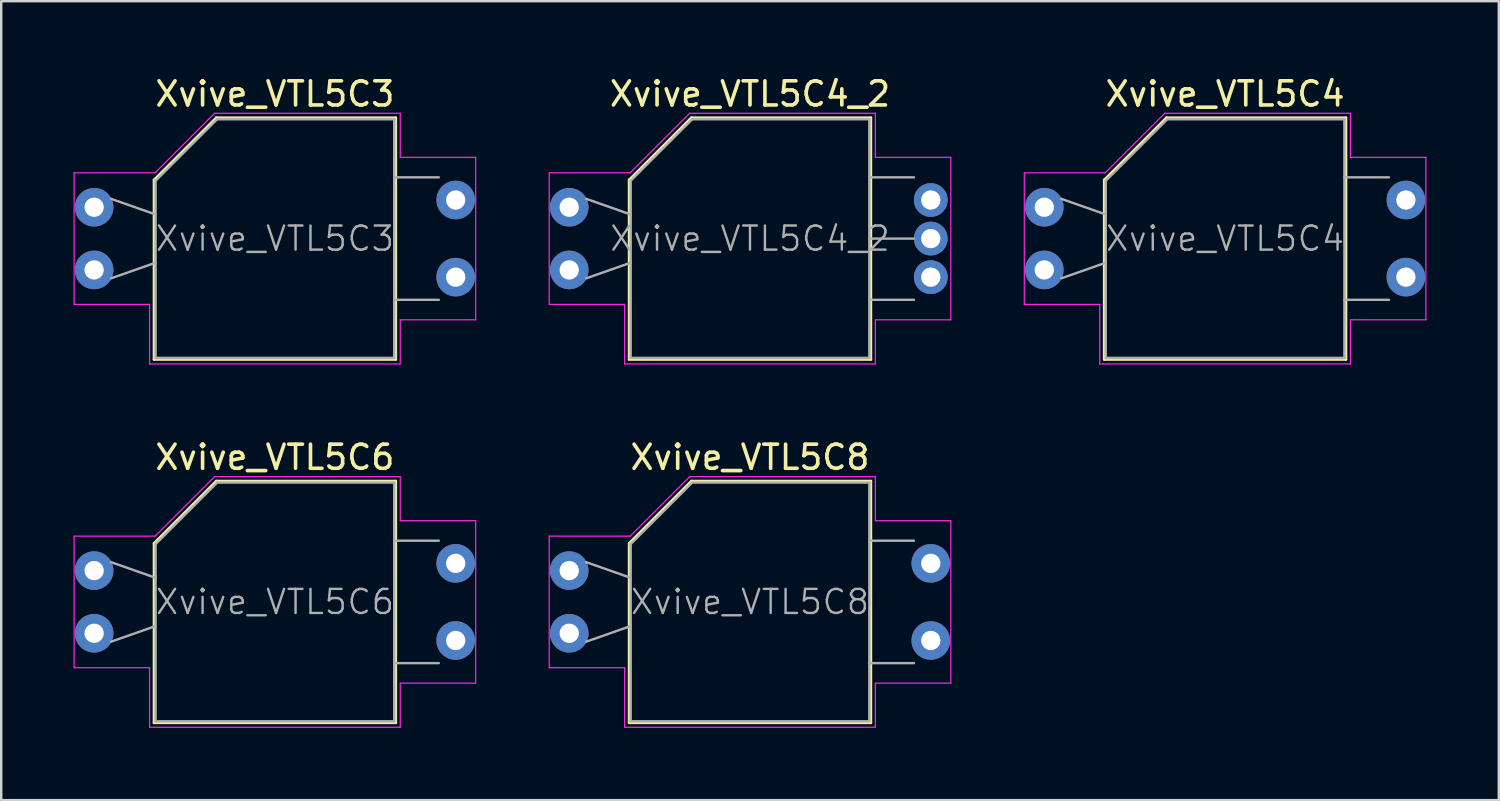
<source format=kicad_pcb>
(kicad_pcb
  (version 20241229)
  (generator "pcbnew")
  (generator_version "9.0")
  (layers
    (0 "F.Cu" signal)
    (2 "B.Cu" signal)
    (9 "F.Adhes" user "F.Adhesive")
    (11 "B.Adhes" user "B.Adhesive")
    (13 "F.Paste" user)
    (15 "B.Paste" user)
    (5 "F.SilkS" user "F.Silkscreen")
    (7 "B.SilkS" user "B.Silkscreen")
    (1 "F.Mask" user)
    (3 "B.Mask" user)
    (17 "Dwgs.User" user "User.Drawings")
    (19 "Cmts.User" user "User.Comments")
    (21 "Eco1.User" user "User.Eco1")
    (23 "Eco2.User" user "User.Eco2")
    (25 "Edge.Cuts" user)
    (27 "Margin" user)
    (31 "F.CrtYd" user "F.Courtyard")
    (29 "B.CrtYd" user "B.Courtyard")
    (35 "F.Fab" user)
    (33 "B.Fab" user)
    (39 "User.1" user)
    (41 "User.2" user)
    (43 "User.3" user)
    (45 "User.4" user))
  (footprint "Xvive_VTL5C6"
    (layer "F.Cu")
    (at 8.355 21.922)
    (property "Reference" "Xvive_VTL5C6" (at 0 -6 0) (layer "F.SilkS") (effects (font (size 1 1) (thickness 0.15))))
    (attr through_hole)
    (fp_line (start -5.01 -2.43) (end -5.01 5.01) (stroke (width 0.12) (type solid)) (layer "F.SilkS"))
    (fp_line (start -5.01 5.01) (end 5.01 5.01) (stroke (width 0.12) (type solid)) (layer "F.SilkS"))
    (fp_line (start -2.43 -5.01) (end -5.01 -2.43) (stroke (width 0.12) (type solid)) (layer "F.SilkS"))
    (fp_line (start 5.01 -5.01) (end -2.43 -5.01) (stroke (width 0.12) (type solid)) (layer "F.SilkS"))
    (fp_line (start 5.01 5.01) (end 5.01 -5.01) (stroke (width 0.12) (type solid)) (layer "F.SilkS"))
    (fp_line (start -8.33 2.73) (end -8.33 -2.73) (stroke (width 0.05) (type solid)) (layer "F.CrtYd"))
    (fp_line (start -5.2 2.73) (end -8.33 2.73) (stroke (width 0.05) (type solid)) (layer "F.CrtYd"))
    (fp_line (start -5.2 5.2) (end -5.2 2.73) (stroke (width 0.05) (type solid)) (layer "F.CrtYd"))
    (fp_line (start -4.97 -2.73) (end -8.33 -2.73) (stroke (width 0.05) (type solid)) (layer "F.CrtYd"))
    (fp_line (start -4.97 -2.73) (end -2.5 -5.2) (stroke (width 0.05) (type solid)) (layer "F.CrtYd"))
    (fp_line (start -2.5 -5.2) (end 5.2 -5.2) (stroke (width 0.05) (type solid)) (layer "F.CrtYd"))
    (fp_line (start 5.2 -5.2) (end 5.2 -3.37) (stroke (width 0.05) (type solid)) (layer "F.CrtYd"))
    (fp_line (start 5.2 3.37) (end 5.2 5.2) (stroke (width 0.05) (type solid)) (layer "F.CrtYd"))
    (fp_line (start 5.2 5.2) (end -5.2 5.2) (stroke (width 0.05) (type solid)) (layer "F.CrtYd"))
    (fp_line (start 8.33 -3.37) (end 5.2 -3.37) (stroke (width 0.05) (type solid)) (layer "F.CrtYd"))
    (fp_line (start 8.33 3.37) (end 5.2 3.37) (stroke (width 0.05) (type solid)) (layer "F.CrtYd"))
    (fp_line (start 8.33 3.37) (end 8.33 -3.37) (stroke (width 0.05) (type solid)) (layer "F.CrtYd"))
    (fp_line (start -6.8 -1.65) (end -4.95 -1) (stroke (width 0.1) (type solid)) (layer "F.Fab"))
    (fp_line (start -6.8 1.65) (end -4.95 1) (stroke (width 0.1) (type solid)) (layer "F.Fab"))
    (fp_line (start -4.95 4.95) (end -4.95 -2.4) (stroke (width 0.1) (type solid)) (layer "F.Fab"))
    (fp_line (start -2.4 -4.95) (end -4.95 -2.4) (stroke (width 0.1) (type solid)) (layer "F.Fab"))
    (fp_line (start -2.4 -4.95) (end 4.95 -4.95) (stroke (width 0.1) (type solid)) (layer "F.Fab"))
    (fp_line (start 4.95 -4.95) (end 4.95 4.95) (stroke (width 0.1) (type solid)) (layer "F.Fab"))
    (fp_line (start 4.95 4.95) (end -4.95 4.95) (stroke (width 0.1) (type solid)) (layer "F.Fab"))
    (fp_line (start 6.8 -2.54) (end 4.95 -2.54) (stroke (width 0.1) (type solid)) (layer "F.Fab"))
    (fp_line (start 6.8 2.54) (end 4.95 2.54) (stroke (width 0.1) (type solid)) (layer "F.Fab"))
    (fp_text user "${REFERENCE}" (at 0 0 0) (layer "F.Fab") (effects (font (size 1 1) (thickness 0.1))))
    (pad "1" thru_hole circle (at -7.5 -1.3) (size 1.6 1.6) (drill 0.8) (layers "*.Cu" "*.Mask"))
    (pad "2" thru_hole circle (at -7.5 1.3) (size 1.6 1.6) (drill 0.8) (layers "*.Cu" "*.Mask"))
    (pad "3" thru_hole circle (at 7.5 -1.6) (size 1.6 1.6) (drill 0.8) (layers "*.Cu" "*.Mask"))
    (pad "4" thru_hole circle (at 7.5 1.6) (size 1.6 1.6) (drill 0.8) (layers "*.Cu" "*.Mask")))
  (footprint "Xvive_VTL5C4"
    (layer "F.Cu")
    (at 47.775 6.848)
    (property "Reference" "Xvive_VTL5C4" (at 0 -6 0) (layer "F.SilkS") (effects (font (size 1 1) (thickness 0.15))))
    (attr through_hole)
    (fp_line (start -5.01 -2.43) (end -5.01 5.01) (stroke (width 0.12) (type solid)) (layer "F.SilkS"))
    (fp_line (start -5.01 5.01) (end 5.01 5.01) (stroke (width 0.12) (type solid)) (layer "F.SilkS"))
    (fp_line (start -2.43 -5.01) (end -5.01 -2.43) (stroke (width 0.12) (type solid)) (layer "F.SilkS"))
    (fp_line (start 5.01 -5.01) (end -2.43 -5.01) (stroke (width 0.12) (type solid)) (layer "F.SilkS"))
    (fp_line (start 5.01 5.01) (end 5.01 -5.01) (stroke (width 0.12) (type solid)) (layer "F.SilkS"))
    (fp_line (start -8.33 2.73) (end -8.33 -2.73) (stroke (width 0.05) (type solid)) (layer "F.CrtYd"))
    (fp_line (start -5.2 2.73) (end -8.33 2.73) (stroke (width 0.05) (type solid)) (layer "F.CrtYd"))
    (fp_line (start -5.2 5.2) (end -5.2 2.73) (stroke (width 0.05) (type solid)) (layer "F.CrtYd"))
    (fp_line (start -4.97 -2.73) (end -8.33 -2.73) (stroke (width 0.05) (type solid)) (layer "F.CrtYd"))
    (fp_line (start -4.97 -2.73) (end -2.5 -5.2) (stroke (width 0.05) (type solid)) (layer "F.CrtYd"))
    (fp_line (start -2.5 -5.2) (end 5.2 -5.2) (stroke (width 0.05) (type solid)) (layer "F.CrtYd"))
    (fp_line (start 5.2 -5.2) (end 5.2 -3.37) (stroke (width 0.05) (type solid)) (layer "F.CrtYd"))
    (fp_line (start 5.2 3.37) (end 5.2 5.2) (stroke (width 0.05) (type solid)) (layer "F.CrtYd"))
    (fp_line (start 5.2 5.2) (end -5.2 5.2) (stroke (width 0.05) (type solid)) (layer "F.CrtYd"))
    (fp_line (start 8.33 -3.37) (end 5.2 -3.37) (stroke (width 0.05) (type solid)) (layer "F.CrtYd"))
    (fp_line (start 8.33 3.37) (end 5.2 3.37) (stroke (width 0.05) (type solid)) (layer "F.CrtYd"))
    (fp_line (start 8.33 3.37) (end 8.33 -3.37) (stroke (width 0.05) (type solid)) (layer "F.CrtYd"))
    (fp_line (start -6.8 -1.65) (end -4.95 -1) (stroke (width 0.1) (type solid)) (layer "F.Fab"))
    (fp_line (start -6.8 1.65) (end -4.95 1) (stroke (width 0.1) (type solid)) (layer "F.Fab"))
    (fp_line (start -4.95 4.95) (end -4.95 -2.4) (stroke (width 0.1) (type solid)) (layer "F.Fab"))
    (fp_line (start -2.4 -4.95) (end -4.95 -2.4) (stroke (width 0.1) (type solid)) (layer "F.Fab"))
    (fp_line (start -2.4 -4.95) (end 4.95 -4.95) (stroke (width 0.1) (type solid)) (layer "F.Fab"))
    (fp_line (start 4.95 -4.95) (end 4.95 4.95) (stroke (width 0.1) (type solid)) (layer "F.Fab"))
    (fp_line (start 4.95 4.95) (end -4.95 4.95) (stroke (width 0.1) (type solid)) (layer "F.Fab"))
    (fp_line (start 6.8 -2.54) (end 4.95 -2.54) (stroke (width 0.1) (type solid)) (layer "F.Fab"))
    (fp_line (start 6.8 2.54) (end 4.95 2.54) (stroke (width 0.1) (type solid)) (layer "F.Fab"))
    (fp_text user "${REFERENCE}" (at 0 0 0) (layer "F.Fab") (effects (font (size 1 1) (thickness 0.1))))
    (pad "1" thru_hole circle (at -7.5 -1.3) (size 1.6 1.6) (drill 0.8) (layers "*.Cu" "*.Mask"))
    (pad "2" thru_hole circle (at -7.5 1.3) (size 1.6 1.6) (drill 0.8) (layers "*.Cu" "*.Mask"))
    (pad "3" thru_hole circle (at 7.5 -1.6) (size 1.6 1.6) (drill 0.8) (layers "*.Cu" "*.Mask"))
    (pad "4" thru_hole circle (at 7.5 1.6) (size 1.6 1.6) (drill 0.8) (layers "*.Cu" "*.Mask")))
  (footprint "Xvive_VTL5C3"
    (layer "F.Cu")
    (at 8.355 6.848)
    (property "Reference" "Xvive_VTL5C3" (at 0 -6 0) (layer "F.SilkS") (effects (font (size 1 1) (thickness 0.15))))
    (attr through_hole)
    (fp_line (start -5.01 -2.43) (end -5.01 5.01) (stroke (width 0.12) (type solid)) (layer "F.SilkS"))
    (fp_line (start -5.01 5.01) (end 5.01 5.01) (stroke (width 0.12) (type solid)) (layer "F.SilkS"))
    (fp_line (start -2.43 -5.01) (end -5.01 -2.43) (stroke (width 0.12) (type solid)) (layer "F.SilkS"))
    (fp_line (start 5.01 -5.01) (end -2.43 -5.01) (stroke (width 0.12) (type solid)) (layer "F.SilkS"))
    (fp_line (start 5.01 5.01) (end 5.01 -5.01) (stroke (width 0.12) (type solid)) (layer "F.SilkS"))
    (fp_line (start -8.33 2.73) (end -8.33 -2.73) (stroke (width 0.05) (type solid)) (layer "F.CrtYd"))
    (fp_line (start -5.2 2.73) (end -8.33 2.73) (stroke (width 0.05) (type solid)) (layer "F.CrtYd"))
    (fp_line (start -5.2 5.2) (end -5.2 2.73) (stroke (width 0.05) (type solid)) (layer "F.CrtYd"))
    (fp_line (start -4.97 -2.73) (end -8.33 -2.73) (stroke (width 0.05) (type solid)) (layer "F.CrtYd"))
    (fp_line (start -4.97 -2.73) (end -2.5 -5.2) (stroke (width 0.05) (type solid)) (layer "F.CrtYd"))
    (fp_line (start -2.5 -5.2) (end 5.2 -5.2) (stroke (width 0.05) (type solid)) (layer "F.CrtYd"))
    (fp_line (start 5.2 -5.2) (end 5.2 -3.37) (stroke (width 0.05) (type solid)) (layer "F.CrtYd"))
    (fp_line (start 5.2 3.37) (end 5.2 5.2) (stroke (width 0.05) (type solid)) (layer "F.CrtYd"))
    (fp_line (start 5.2 5.2) (end -5.2 5.2) (stroke (width 0.05) (type solid)) (layer "F.CrtYd"))
    (fp_line (start 8.33 -3.37) (end 5.2 -3.37) (stroke (width 0.05) (type solid)) (layer "F.CrtYd"))
    (fp_line (start 8.33 3.37) (end 5.2 3.37) (stroke (width 0.05) (type solid)) (layer "F.CrtYd"))
    (fp_line (start 8.33 3.37) (end 8.33 -3.37) (stroke (width 0.05) (type solid)) (layer "F.CrtYd"))
    (fp_line (start -6.8 -1.65) (end -4.95 -1) (stroke (width 0.1) (type solid)) (layer "F.Fab"))
    (fp_line (start -6.8 1.65) (end -4.95 1) (stroke (width 0.1) (type solid)) (layer "F.Fab"))
    (fp_line (start -4.95 4.95) (end -4.95 -2.4) (stroke (width 0.1) (type solid)) (layer "F.Fab"))
    (fp_line (start -2.4 -4.95) (end -4.95 -2.4) (stroke (width 0.1) (type solid)) (layer "F.Fab"))
    (fp_line (start -2.4 -4.95) (end 4.95 -4.95) (stroke (width 0.1) (type solid)) (layer "F.Fab"))
    (fp_line (start 4.95 -4.95) (end 4.95 4.95) (stroke (width 0.1) (type solid)) (layer "F.Fab"))
    (fp_line (start 4.95 4.95) (end -4.95 4.95) (stroke (width 0.1) (type solid)) (layer "F.Fab"))
    (fp_line (start 6.8 -2.54) (end 4.95 -2.54) (stroke (width 0.1) (type solid)) (layer "F.Fab"))
    (fp_line (start 6.8 2.54) (end 4.95 2.54) (stroke (width 0.1) (type solid)) (layer "F.Fab"))
    (fp_text user "${REFERENCE}" (at 0 0 0) (layer "F.Fab") (effects (font (size 1 1) (thickness 0.1))))
    (pad "1" thru_hole circle (at -7.5 -1.3) (size 1.6 1.6) (drill 0.8) (layers "*.Cu" "*.Mask"))
    (pad "2" thru_hole circle (at -7.5 1.3) (size 1.6 1.6) (drill 0.8) (layers "*.Cu" "*.Mask"))
    (pad "3" thru_hole circle (at 7.5 -1.6) (size 1.6 1.6) (drill 0.8) (layers "*.Cu" "*.Mask"))
    (pad "4" thru_hole circle (at 7.5 1.6) (size 1.6 1.6) (drill 0.8) (layers "*.Cu" "*.Mask")))
  (footprint "Xvive_VTL5C4_2"
    (layer "F.Cu")
    (at 28.065 6.848)
    (property "Reference" "Xvive_VTL5C4_2" (at 0 -6 0) (layer "F.SilkS") (effects (font (size 1 1) (thickness 0.15))))
    (attr through_hole)
    (fp_line (start -5.01 -2.43) (end -5.01 5.01) (stroke (width 0.12) (type solid)) (layer "F.SilkS"))
    (fp_line (start -5.01 5.01) (end 5.01 5.01) (stroke (width 0.12) (type solid)) (layer "F.SilkS"))
    (fp_line (start -2.43 -5.01) (end -5.01 -2.43) (stroke (width 0.12) (type solid)) (layer "F.SilkS"))
    (fp_line (start 5.01 -5.01) (end -2.43 -5.01) (stroke (width 0.12) (type solid)) (layer "F.SilkS"))
    (fp_line (start 5.01 5.01) (end 5.01 -5.01) (stroke (width 0.12) (type solid)) (layer "F.SilkS"))
    (fp_line (start -8.33 -2.73) (end -4.97 -2.73) (stroke (width 0.05) (type solid)) (layer "F.CrtYd"))
    (fp_line (start -8.33 2.73) (end -8.33 -2.73) (stroke (width 0.05) (type solid)) (layer "F.CrtYd"))
    (fp_line (start -8.33 2.73) (end -5.2 2.73) (stroke (width 0.05) (type solid)) (layer "F.CrtYd"))
    (fp_line (start -5.2 5.2) (end -5.2 2.73) (stroke (width 0.05) (type solid)) (layer "F.CrtYd"))
    (fp_line (start -4.97 -2.73) (end -2.5 -5.2) (stroke (width 0.05) (type solid)) (layer "F.CrtYd"))
    (fp_line (start -2.5 -5.2) (end 5.2 -5.2) (stroke (width 0.05) (type solid)) (layer "F.CrtYd"))
    (fp_line (start 5.2 -3.37) (end 5.2 -5.2) (stroke (width 0.05) (type solid)) (layer "F.CrtYd"))
    (fp_line (start 5.2 -3.37) (end 8.33 -3.37) (stroke (width 0.05) (type solid)) (layer "F.CrtYd"))
    (fp_line (start 5.2 3.37) (end 5.2 5.2) (stroke (width 0.05) (type solid)) (layer "F.CrtYd"))
    (fp_line (start 5.2 3.37) (end 8.33 3.37) (stroke (width 0.05) (type solid)) (layer "F.CrtYd"))
    (fp_line (start 5.2 5.2) (end -5.2 5.2) (stroke (width 0.05) (type solid)) (layer "F.CrtYd"))
    (fp_line (start 8.33 3.37) (end 8.33 -3.37) (stroke (width 0.05) (type solid)) (layer "F.CrtYd"))
    (fp_line (start -6.8 -1.65) (end -4.95 -1) (stroke (width 0.1) (type solid)) (layer "F.Fab"))
    (fp_line (start -6.8 1.65) (end -4.95 1) (stroke (width 0.1) (type solid)) (layer "F.Fab"))
    (fp_line (start -4.95 4.95) (end -4.95 -2.4) (stroke (width 0.1) (type solid)) (layer "F.Fab"))
    (fp_line (start -2.4 -4.95) (end -4.95 -2.4) (stroke (width 0.1) (type solid)) (layer "F.Fab"))
    (fp_line (start -2.4 -4.95) (end 4.95 -4.95) (stroke (width 0.1) (type solid)) (layer "F.Fab"))
    (fp_line (start 4.95 -4.95) (end 4.95 4.95) (stroke (width 0.1) (type solid)) (layer "F.Fab"))
    (fp_line (start 4.95 4.95) (end -4.95 4.95) (stroke (width 0.1) (type solid)) (layer "F.Fab"))
    (fp_line (start 6.8 -2.54) (end 4.95 -2.54) (stroke (width 0.1) (type solid)) (layer "F.Fab"))
    (fp_line (start 6.8 0) (end 4.95 0) (stroke (width 0.1) (type solid)) (layer "F.Fab"))
    (fp_line (start 6.8 2.54) (end 4.95 2.54) (stroke (width 0.1) (type solid)) (layer "F.Fab"))
    (fp_text user "${REFERENCE}" (at 0 0 0) (layer "F.Fab") (effects (font (size 1 1) (thickness 0.1))))
    (pad "1" thru_hole circle (at -7.5 -1.3) (size 1.6 1.6) (drill 0.8) (layers "*.Cu" "*.Mask"))
    (pad "2" thru_hole circle (at -7.5 1.3) (size 1.6 1.6) (drill 0.8) (layers "*.Cu" "*.Mask"))
    (pad "3" thru_hole circle (at 7.5 -1.6) (size 1.4 1.4) (drill 0.8) (layers "*.Cu" "*.Mask"))
    (pad "4" thru_hole circle (at 7.5 0) (size 1.4 1.4) (drill 0.8) (layers "*.Cu" "*.Mask"))
    (pad "5" thru_hole circle (at 7.5 1.6) (size 1.4 1.4) (drill 0.8) (layers "*.Cu" "*.Mask")))
  (footprint "Xvive_VTL5C8"
    (layer "F.Cu")
    (at 28.065 21.922)
    (property "Reference" "Xvive_VTL5C8" (at 0 -6 0) (layer "F.SilkS") (effects (font (size 1 1) (thickness 0.15))))
    (attr through_hole)
    (fp_line (start -5.01 -2.43) (end -5.01 5.01) (stroke (width 0.12) (type solid)) (layer "F.SilkS"))
    (fp_line (start -5.01 5.01) (end 5.01 5.01) (stroke (width 0.12) (type solid)) (layer "F.SilkS"))
    (fp_line (start -2.43 -5.01) (end -5.01 -2.43) (stroke (width 0.12) (type solid)) (layer "F.SilkS"))
    (fp_line (start 5.01 -5.01) (end -2.43 -5.01) (stroke (width 0.12) (type solid)) (layer "F.SilkS"))
    (fp_line (start 5.01 5.01) (end 5.01 -5.01) (stroke (width 0.12) (type solid)) (layer "F.SilkS"))
    (fp_line (start -8.33 2.73) (end -8.33 -2.73) (stroke (width 0.05) (type solid)) (layer "F.CrtYd"))
    (fp_line (start -5.2 2.73) (end -8.33 2.73) (stroke (width 0.05) (type solid)) (layer "F.CrtYd"))
    (fp_line (start -5.2 5.2) (end -5.2 2.73) (stroke (width 0.05) (type solid)) (layer "F.CrtYd"))
    (fp_line (start -4.97 -2.73) (end -8.33 -2.73) (stroke (width 0.05) (type solid)) (layer "F.CrtYd"))
    (fp_line (start -4.97 -2.73) (end -2.5 -5.2) (stroke (width 0.05) (type solid)) (layer "F.CrtYd"))
    (fp_line (start -2.5 -5.2) (end 5.2 -5.2) (stroke (width 0.05) (type solid)) (layer "F.CrtYd"))
    (fp_line (start 5.2 -5.2) (end 5.2 -3.37) (stroke (width 0.05) (type solid)) (layer "F.CrtYd"))
    (fp_line (start 5.2 3.37) (end 5.2 5.2) (stroke (width 0.05) (type solid)) (layer "F.CrtYd"))
    (fp_line (start 5.2 5.2) (end -5.2 5.2) (stroke (width 0.05) (type solid)) (layer "F.CrtYd"))
    (fp_line (start 8.33 -3.37) (end 5.2 -3.37) (stroke (width 0.05) (type solid)) (layer "F.CrtYd"))
    (fp_line (start 8.33 3.37) (end 5.2 3.37) (stroke (width 0.05) (type solid)) (layer "F.CrtYd"))
    (fp_line (start 8.33 3.37) (end 8.33 -3.37) (stroke (width 0.05) (type solid)) (layer "F.CrtYd"))
    (fp_line (start -6.8 -1.65) (end -4.95 -1) (stroke (width 0.1) (type solid)) (layer "F.Fab"))
    (fp_line (start -6.8 1.65) (end -4.95 1) (stroke (width 0.1) (type solid)) (layer "F.Fab"))
    (fp_line (start -4.95 4.95) (end -4.95 -2.4) (stroke (width 0.1) (type solid)) (layer "F.Fab"))
    (fp_line (start -2.4 -4.95) (end -4.95 -2.4) (stroke (width 0.1) (type solid)) (layer "F.Fab"))
    (fp_line (start -2.4 -4.95) (end 4.95 -4.95) (stroke (width 0.1) (type solid)) (layer "F.Fab"))
    (fp_line (start 4.95 -4.95) (end 4.95 4.95) (stroke (width 0.1) (type solid)) (layer "F.Fab"))
    (fp_line (start 4.95 4.95) (end -4.95 4.95) (stroke (width 0.1) (type solid)) (layer "F.Fab"))
    (fp_line (start 6.8 -2.54) (end 4.95 -2.54) (stroke (width 0.1) (type solid)) (layer "F.Fab"))
    (fp_line (start 6.8 2.54) (end 4.95 2.54) (stroke (width 0.1) (type solid)) (layer "F.Fab"))
    (fp_text user "${REFERENCE}" (at 0 0 0) (layer "F.Fab") (effects (font (size 1 1) (thickness 0.1))))
    (pad "1" thru_hole circle (at -7.5 -1.3) (size 1.6 1.6) (drill 0.8) (layers "*.Cu" "*.Mask"))
    (pad "2" thru_hole circle (at -7.5 1.3) (size 1.6 1.6) (drill 0.8) (layers "*.Cu" "*.Mask"))
    (pad "3" thru_hole circle (at 7.5 -1.6) (size 1.6 1.6) (drill 0.8) (layers "*.Cu" "*.Mask"))
    (pad "4" thru_hole circle (at 7.5 1.6) (size 1.6 1.6) (drill 0.8) (layers "*.Cu" "*.Mask")))
  (gr_rect
    (start -3 -3)
    (end 59.13 30.146)
    (stroke (width 0.1) (type default))
    (fill no)
    (layer "Edge.Cuts")))
</source>
